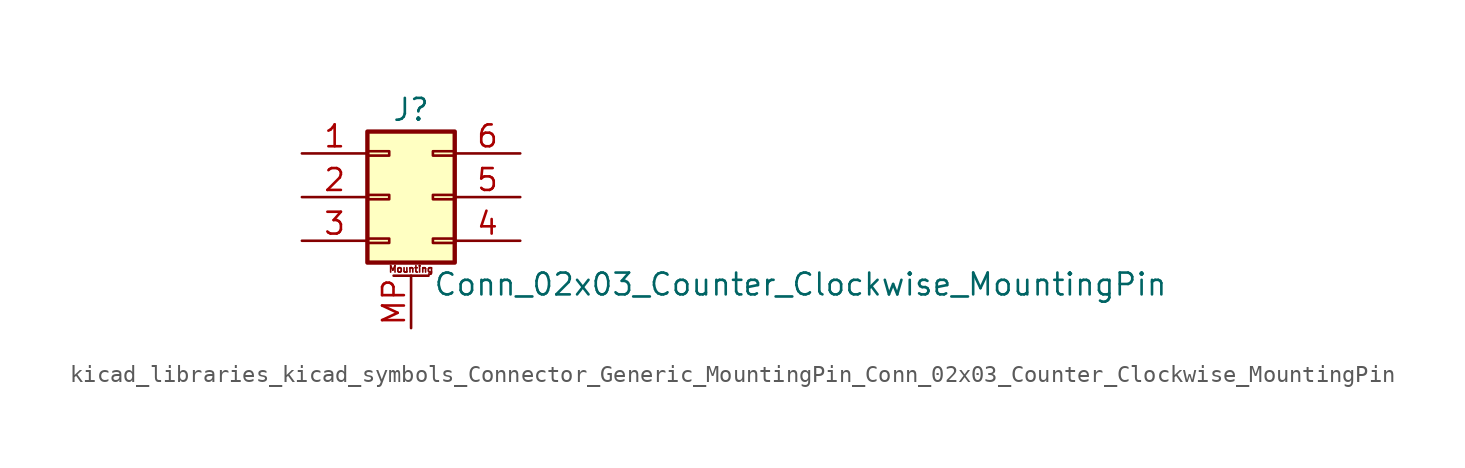
<source format=kicad_sym>
(kicad_symbol_lib
  (version 20220914)
  (generator kicad_symbol_editor)
  (symbol "kicad_libraries_kicad_symbols_Connector_Generic_MountingPin_Conn_02x03_Counter_Clockwise_MountingPin"
    (pin_names
      (offset 1.016) hide)
    (property "Reference" "J"
      (at 1.27 5.08 0)
      (effects (font (size 1.27 1.27))))
    (property "Value" "Conn_02x03_Counter_Clockwise_MountingPin"
      (at 2.54 -5.08 0)
      (effects (font (size 1.27 1.27)) (justify left)))
    (symbol "kicad_libraries_kicad_symbols_Connector_Generic_MountingPin_Conn_02x03_Counter_Clockwise_MountingPin_1_1"
      (rectangle (start -1.27 -2.413) (end 0 -2.667) (stroke (width 0.152) (type default)) (fill (type none)))
      (rectangle (start -1.27 0.127) (end 0 -0.127) (stroke (width 0.152) (type default)) (fill (type none)))
      (rectangle (start -1.27 2.667) (end 0 2.413) (stroke (width 0.152) (type default)) (fill (type none)))
      (rectangle (start -1.27 3.81) (end 3.81 -3.81) (stroke (width 0.254) (type default)) (fill (type background)))
      (polyline (pts (xy 0.254 -4.572) (xy 2.286 -4.572)) (stroke (width 0.152) (type default)) (fill (type none)))
      (rectangle (start 3.81 -2.413) (end 2.54 -2.667) (stroke (width 0.152) (type default)) (fill (type none)))
      (rectangle (start 3.81 0.127) (end 2.54 -0.127) (stroke (width 0.152) (type default)) (fill (type none)))
      (rectangle (start 3.81 2.667) (end 2.54 2.413) (stroke (width 0.152) (type default)) (fill (type none)))
      (text "Mounting" (at 1.27 -4.191 0) (effects (font (size 0.381 0.381))))
      (pin passive line (at -5.08 2.54 0) (length 3.81) (name "Pin_1" (effects (font (size 1.27 1.27)))) (number "1" (effects (font (size 1.27 1.27)))))
      (pin passive line (at -5.08 0 0) (length 3.81) (name "Pin_2" (effects (font (size 1.27 1.27)))) (number "2" (effects (font (size 1.27 1.27)))))
      (pin passive line (at -5.08 -2.54 0) (length 3.81) (name "Pin_3" (effects (font (size 1.27 1.27)))) (number "3" (effects (font (size 1.27 1.27)))))
      (pin passive line (at 7.62 -2.54 180) (length 3.81) (name "Pin_4" (effects (font (size 1.27 1.27)))) (number "4" (effects (font (size 1.27 1.27)))))
      (pin passive line (at 7.62 0 180) (length 3.81) (name "Pin_5" (effects (font (size 1.27 1.27)))) (number "5" (effects (font (size 1.27 1.27)))))
      (pin passive line (at 7.62 2.54 180) (length 3.81) (name "Pin_6" (effects (font (size 1.27 1.27)))) (number "6" (effects (font (size 1.27 1.27)))))
      (pin passive line (at 1.27 -7.62 90) (length 3.048) (name "MountPin" (effects (font (size 1.27 1.27)))) (number "MP" (effects (font (size 1.27 1.27))))))))
</source>
